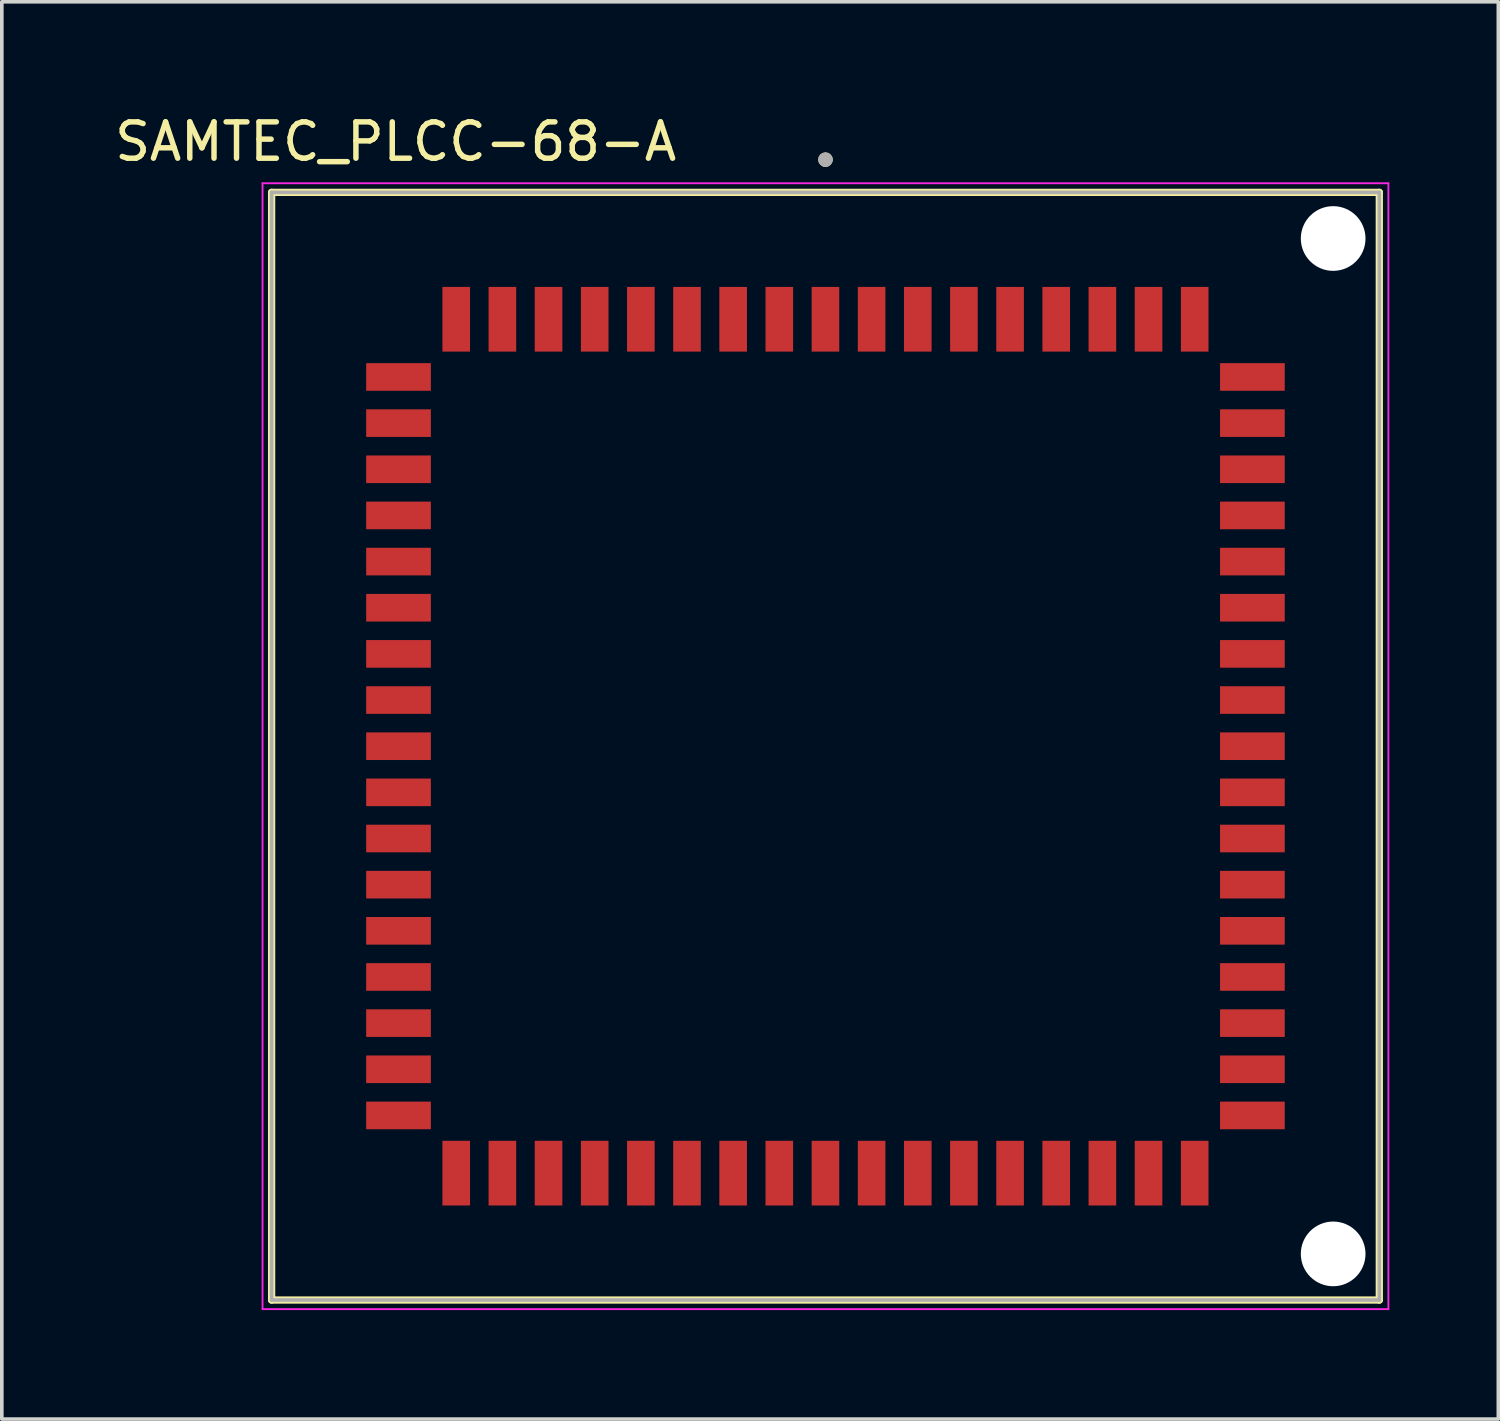
<source format=kicad_pcb>
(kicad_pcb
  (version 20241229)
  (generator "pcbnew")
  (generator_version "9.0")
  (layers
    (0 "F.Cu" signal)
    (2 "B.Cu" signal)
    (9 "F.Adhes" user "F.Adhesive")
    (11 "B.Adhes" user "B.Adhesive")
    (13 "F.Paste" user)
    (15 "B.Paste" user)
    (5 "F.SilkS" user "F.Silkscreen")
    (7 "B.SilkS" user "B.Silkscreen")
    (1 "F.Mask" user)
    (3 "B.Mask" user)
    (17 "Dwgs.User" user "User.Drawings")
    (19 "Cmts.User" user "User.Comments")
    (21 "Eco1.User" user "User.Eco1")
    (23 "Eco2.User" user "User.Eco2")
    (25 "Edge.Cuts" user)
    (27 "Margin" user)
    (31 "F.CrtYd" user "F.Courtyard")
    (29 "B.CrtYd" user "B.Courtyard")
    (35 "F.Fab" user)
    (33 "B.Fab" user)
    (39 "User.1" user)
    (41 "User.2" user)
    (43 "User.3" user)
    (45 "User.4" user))
  (footprint "SAMTEC_PLCC-68-A"
    (layer "F.Cu")
    (at 19.664 17.483)
    (property "Reference" "SAMTEC_PLCC-68-A" (at -11.825 -16.635 0) (layer "F.SilkS") (effects (font (size 1 1) (thickness 0.15))))
    (attr smd)
    (fp_line (start -15.24 -15.24) (end -15.24 15.24) (stroke (width 0.2) (type solid)) (layer "F.SilkS"))
    (fp_line (start 15.24 -15.24) (end -15.24 -15.24) (stroke (width 0.2) (type solid)) (layer "F.SilkS"))
    (fp_line (start 15.24 -15.24) (end 15.24 15.24) (stroke (width 0.2) (type solid)) (layer "F.SilkS"))
    (fp_line (start 15.24 15.24) (end -15.24 15.24) (stroke (width 0.2) (type solid)) (layer "F.SilkS"))
    (fp_circle (center 0 -16.14) (end 0.1 -16.14) (stroke (width 0.2) (type solid)) (fill no) (layer "F.SilkS"))
    (fp_line (start -15.49 -15.49) (end 15.49 -15.49) (stroke (width 0.05) (type solid)) (layer "F.CrtYd"))
    (fp_line (start -15.49 15.49) (end -15.49 -15.49) (stroke (width 0.05) (type solid)) (layer "F.CrtYd"))
    (fp_line (start 15.49 -15.49) (end 15.49 15.49) (stroke (width 0.05) (type solid)) (layer "F.CrtYd"))
    (fp_line (start 15.49 15.49) (end -15.49 15.49) (stroke (width 0.05) (type solid)) (layer "F.CrtYd"))
    (fp_line (start -15.24 -15.24) (end 15.24 -15.24) (stroke (width 0.1) (type solid)) (layer "F.Fab"))
    (fp_line (start -15.24 15.24) (end -15.24 -15.24) (stroke (width 0.1) (type solid)) (layer "F.Fab"))
    (fp_line (start 15.24 -15.24) (end 15.24 15.24) (stroke (width 0.1) (type solid)) (layer "F.Fab"))
    (fp_line (start 15.24 15.24) (end -15.24 15.24) (stroke (width 0.1) (type solid)) (layer "F.Fab"))
    (fp_circle (center 0 -16.14) (end 0.1 -16.14) (stroke (width 0.2) (type solid)) (fill no) (layer "F.Fab"))
    (pad "" np_thru_hole circle (at 13.97 -13.97) (size 1.78 1.78) (drill 1.78) (layers "*.Cu" "*.Mask"))
    (pad "" np_thru_hole circle (at 13.97 13.97) (size 1.78 1.78) (drill 1.78) (layers "*.Cu" "*.Mask"))
    (pad "1" smd rect (at 0 -11.748 90) (size 1.78 0.76) (layers "F.Cu" "F.Mask" "F.Paste"))
    (pad "2" smd rect (at -1.27 -11.748 90) (size 1.78 0.76) (layers "F.Cu" "F.Mask" "F.Paste"))
    (pad "3" smd rect (at -2.54 -11.748 90) (size 1.78 0.76) (layers "F.Cu" "F.Mask" "F.Paste"))
    (pad "4" smd rect (at -3.81 -11.748 90) (size 1.78 0.76) (layers "F.Cu" "F.Mask" "F.Paste"))
    (pad "5" smd rect (at -5.08 -11.748 90) (size 1.78 0.76) (layers "F.Cu" "F.Mask" "F.Paste"))
    (pad "6" smd rect (at -6.35 -11.748 90) (size 1.78 0.76) (layers "F.Cu" "F.Mask" "F.Paste"))
    (pad "7" smd rect (at -7.62 -11.748 90) (size 1.78 0.76) (layers "F.Cu" "F.Mask" "F.Paste"))
    (pad "8" smd rect (at -8.89 -11.748 90) (size 1.78 0.76) (layers "F.Cu" "F.Mask" "F.Paste"))
    (pad "9" smd rect (at -10.16 -11.748 90) (size 1.78 0.76) (layers "F.Cu" "F.Mask" "F.Paste"))
    (pad "10" smd rect (at -11.748 -10.16) (size 1.78 0.76) (layers "F.Cu" "F.Mask" "F.Paste"))
    (pad "11" smd rect (at -11.748 -8.89) (size 1.78 0.76) (layers "F.Cu" "F.Mask" "F.Paste"))
    (pad "12" smd rect (at -11.748 -7.62) (size 1.78 0.76) (layers "F.Cu" "F.Mask" "F.Paste"))
    (pad "13" smd rect (at -11.748 -6.35) (size 1.78 0.76) (layers "F.Cu" "F.Mask" "F.Paste"))
    (pad "14" smd rect (at -11.748 -5.08) (size 1.78 0.76) (layers "F.Cu" "F.Mask" "F.Paste"))
    (pad "15" smd rect (at -11.748 -3.81) (size 1.78 0.76) (layers "F.Cu" "F.Mask" "F.Paste"))
    (pad "16" smd rect (at -11.748 -2.54) (size 1.78 0.76) (layers "F.Cu" "F.Mask" "F.Paste"))
    (pad "17" smd rect (at -11.748 -1.27) (size 1.78 0.76) (layers "F.Cu" "F.Mask" "F.Paste"))
    (pad "18" smd rect (at -11.748 0) (size 1.78 0.76) (layers "F.Cu" "F.Mask" "F.Paste"))
    (pad "19" smd rect (at -11.748 1.27) (size 1.78 0.76) (layers "F.Cu" "F.Mask" "F.Paste"))
    (pad "20" smd rect (at -11.748 2.54) (size 1.78 0.76) (layers "F.Cu" "F.Mask" "F.Paste"))
    (pad "21" smd rect (at -11.748 3.81) (size 1.78 0.76) (layers "F.Cu" "F.Mask" "F.Paste"))
    (pad "22" smd rect (at -11.748 5.08) (size 1.78 0.76) (layers "F.Cu" "F.Mask" "F.Paste"))
    (pad "23" smd rect (at -11.748 6.35) (size 1.78 0.76) (layers "F.Cu" "F.Mask" "F.Paste"))
    (pad "24" smd rect (at -11.748 7.62) (size 1.78 0.76) (layers "F.Cu" "F.Mask" "F.Paste"))
    (pad "25" smd rect (at -11.748 8.89) (size 1.78 0.76) (layers "F.Cu" "F.Mask" "F.Paste"))
    (pad "26" smd rect (at -11.748 10.16) (size 1.78 0.76) (layers "F.Cu" "F.Mask" "F.Paste"))
    (pad "27" smd rect (at -10.16 11.748 90) (size 1.78 0.76) (layers "F.Cu" "F.Mask" "F.Paste"))
    (pad "28" smd rect (at -8.89 11.748 90) (size 1.78 0.76) (layers "F.Cu" "F.Mask" "F.Paste"))
    (pad "29" smd rect (at -7.62 11.748 90) (size 1.78 0.76) (layers "F.Cu" "F.Mask" "F.Paste"))
    (pad "30" smd rect (at -6.35 11.748 90) (size 1.78 0.76) (layers "F.Cu" "F.Mask" "F.Paste"))
    (pad "31" smd rect (at -5.08 11.748 90) (size 1.78 0.76) (layers "F.Cu" "F.Mask" "F.Paste"))
    (pad "32" smd rect (at -3.81 11.748 90) (size 1.78 0.76) (layers "F.Cu" "F.Mask" "F.Paste"))
    (pad "33" smd rect (at -2.54 11.748 90) (size 1.78 0.76) (layers "F.Cu" "F.Mask" "F.Paste"))
    (pad "34" smd rect (at -1.27 11.748 90) (size 1.78 0.76) (layers "F.Cu" "F.Mask" "F.Paste"))
    (pad "35" smd rect (at 0 11.748 90) (size 1.78 0.76) (layers "F.Cu" "F.Mask" "F.Paste"))
    (pad "36" smd rect (at 1.27 11.748 90) (size 1.78 0.76) (layers "F.Cu" "F.Mask" "F.Paste"))
    (pad "37" smd rect (at 2.54 11.748 90) (size 1.78 0.76) (layers "F.Cu" "F.Mask" "F.Paste"))
    (pad "38" smd rect (at 3.81 11.748 90) (size 1.78 0.76) (layers "F.Cu" "F.Mask" "F.Paste"))
    (pad "39" smd rect (at 5.08 11.748 90) (size 1.78 0.76) (layers "F.Cu" "F.Mask" "F.Paste"))
    (pad "40" smd rect (at 6.35 11.748 90) (size 1.78 0.76) (layers "F.Cu" "F.Mask" "F.Paste"))
    (pad "41" smd rect (at 7.62 11.748 90) (size 1.78 0.76) (layers "F.Cu" "F.Mask" "F.Paste"))
    (pad "42" smd rect (at 8.89 11.748 90) (size 1.78 0.76) (layers "F.Cu" "F.Mask" "F.Paste"))
    (pad "43" smd rect (at 10.16 11.748 90) (size 1.78 0.76) (layers "F.Cu" "F.Mask" "F.Paste"))
    (pad "44" smd rect (at 11.748 10.16) (size 1.78 0.76) (layers "F.Cu" "F.Mask" "F.Paste"))
    (pad "45" smd rect (at 11.748 8.89) (size 1.78 0.76) (layers "F.Cu" "F.Mask" "F.Paste"))
    (pad "46" smd rect (at 11.748 7.62) (size 1.78 0.76) (layers "F.Cu" "F.Mask" "F.Paste"))
    (pad "47" smd rect (at 11.748 6.35) (size 1.78 0.76) (layers "F.Cu" "F.Mask" "F.Paste"))
    (pad "48" smd rect (at 11.748 5.08) (size 1.78 0.76) (layers "F.Cu" "F.Mask" "F.Paste"))
    (pad "49" smd rect (at 11.748 3.81) (size 1.78 0.76) (layers "F.Cu" "F.Mask" "F.Paste"))
    (pad "50" smd rect (at 11.748 2.54) (size 1.78 0.76) (layers "F.Cu" "F.Mask" "F.Paste"))
    (pad "51" smd rect (at 11.748 1.27) (size 1.78 0.76) (layers "F.Cu" "F.Mask" "F.Paste"))
    (pad "52" smd rect (at 11.748 0) (size 1.78 0.76) (layers "F.Cu" "F.Mask" "F.Paste"))
    (pad "53" smd rect (at 11.748 -1.27) (size 1.78 0.76) (layers "F.Cu" "F.Mask" "F.Paste"))
    (pad "54" smd rect (at 11.748 -2.54) (size 1.78 0.76) (layers "F.Cu" "F.Mask" "F.Paste"))
    (pad "55" smd rect (at 11.748 -3.81) (size 1.78 0.76) (layers "F.Cu" "F.Mask" "F.Paste"))
    (pad "56" smd rect (at 11.748 -5.08) (size 1.78 0.76) (layers "F.Cu" "F.Mask" "F.Paste"))
    (pad "57" smd rect (at 11.748 -6.35) (size 1.78 0.76) (layers "F.Cu" "F.Mask" "F.Paste"))
    (pad "58" smd rect (at 11.748 -7.62) (size 1.78 0.76) (layers "F.Cu" "F.Mask" "F.Paste"))
    (pad "59" smd rect (at 11.748 -8.89) (size 1.78 0.76) (layers "F.Cu" "F.Mask" "F.Paste"))
    (pad "60" smd rect (at 11.748 -10.16) (size 1.78 0.76) (layers "F.Cu" "F.Mask" "F.Paste"))
    (pad "61" smd rect (at 10.16 -11.748 90) (size 1.78 0.76) (layers "F.Cu" "F.Mask" "F.Paste"))
    (pad "62" smd rect (at 8.89 -11.748 90) (size 1.78 0.76) (layers "F.Cu" "F.Mask" "F.Paste"))
    (pad "63" smd rect (at 7.62 -11.748 90) (size 1.78 0.76) (layers "F.Cu" "F.Mask" "F.Paste"))
    (pad "64" smd rect (at 6.35 -11.748 90) (size 1.78 0.76) (layers "F.Cu" "F.Mask" "F.Paste"))
    (pad "65" smd rect (at 5.08 -11.748 90) (size 1.78 0.76) (layers "F.Cu" "F.Mask" "F.Paste"))
    (pad "66" smd rect (at 3.81 -11.748 90) (size 1.78 0.76) (layers "F.Cu" "F.Mask" "F.Paste"))
    (pad "67" smd rect (at 2.54 -11.748 90) (size 1.78 0.76) (layers "F.Cu" "F.Mask" "F.Paste"))
    (pad "68" smd rect (at 1.27 -11.748 90) (size 1.78 0.76) (layers "F.Cu" "F.Mask" "F.Paste")))
  (gr_rect
    (start -3 -3)
    (end 38.179 35.998)
    (stroke (width 0.1) (type default))
    (fill no)
    (layer "Edge.Cuts")))
</source>
